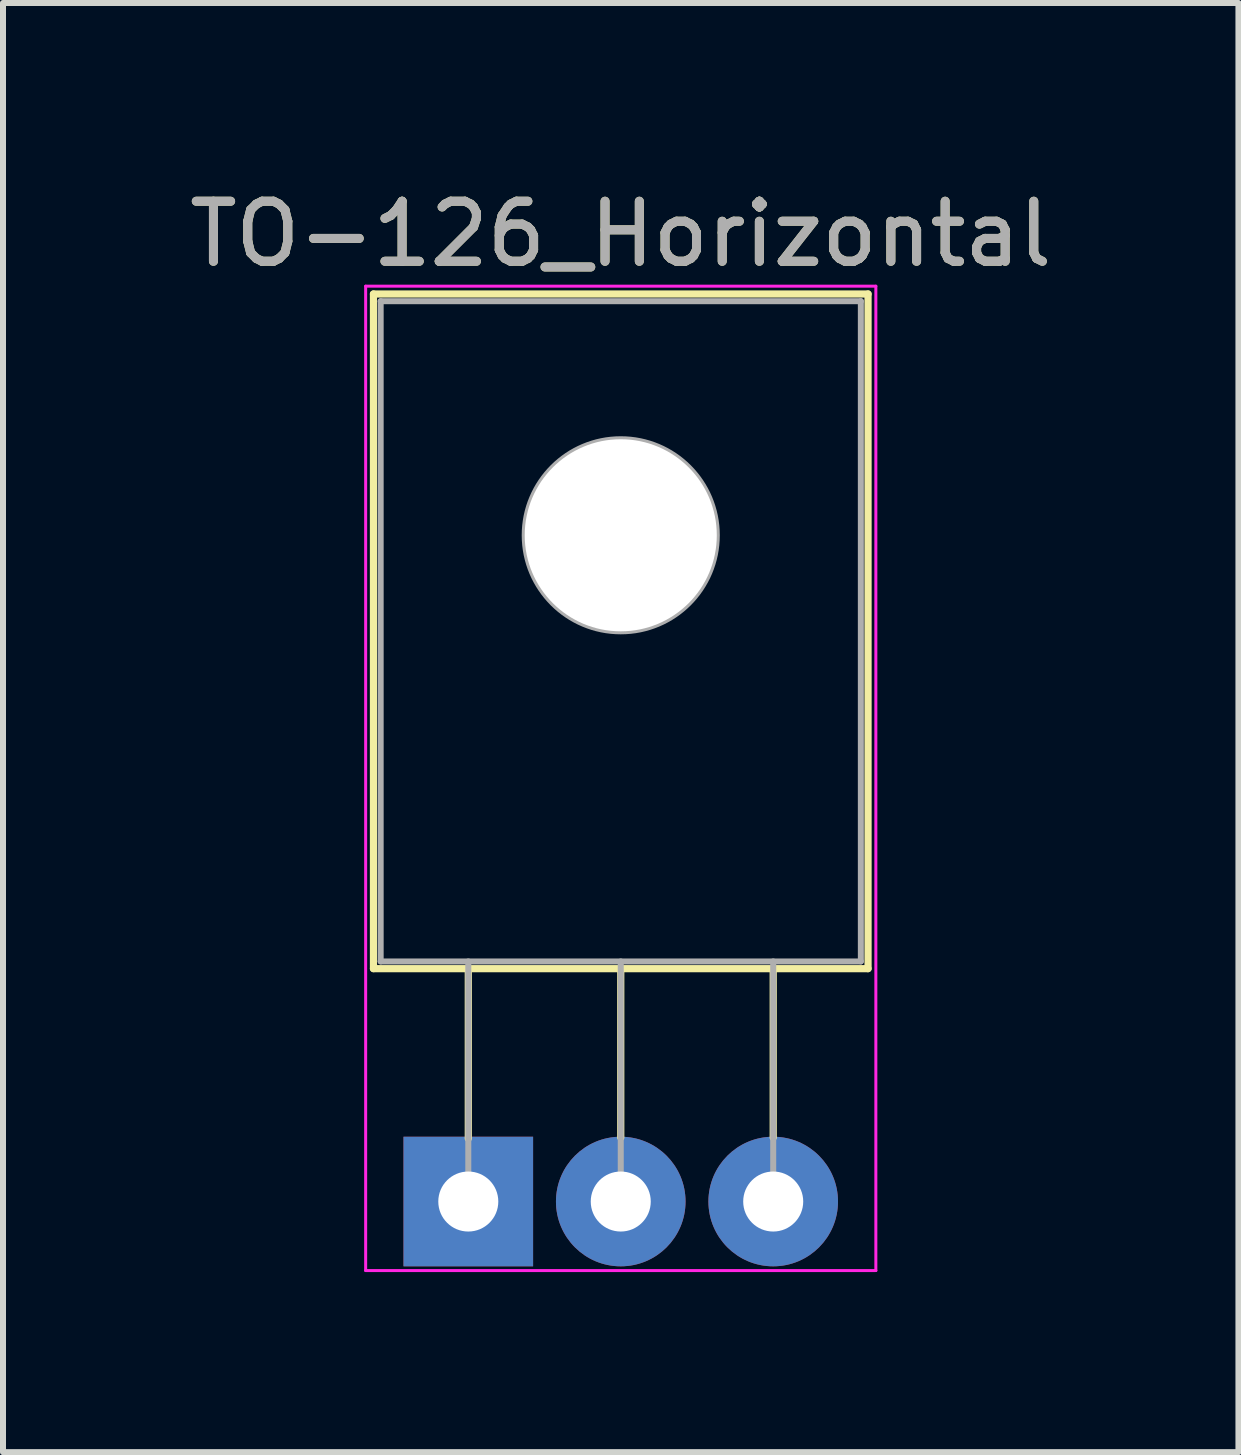
<source format=kicad_pcb>
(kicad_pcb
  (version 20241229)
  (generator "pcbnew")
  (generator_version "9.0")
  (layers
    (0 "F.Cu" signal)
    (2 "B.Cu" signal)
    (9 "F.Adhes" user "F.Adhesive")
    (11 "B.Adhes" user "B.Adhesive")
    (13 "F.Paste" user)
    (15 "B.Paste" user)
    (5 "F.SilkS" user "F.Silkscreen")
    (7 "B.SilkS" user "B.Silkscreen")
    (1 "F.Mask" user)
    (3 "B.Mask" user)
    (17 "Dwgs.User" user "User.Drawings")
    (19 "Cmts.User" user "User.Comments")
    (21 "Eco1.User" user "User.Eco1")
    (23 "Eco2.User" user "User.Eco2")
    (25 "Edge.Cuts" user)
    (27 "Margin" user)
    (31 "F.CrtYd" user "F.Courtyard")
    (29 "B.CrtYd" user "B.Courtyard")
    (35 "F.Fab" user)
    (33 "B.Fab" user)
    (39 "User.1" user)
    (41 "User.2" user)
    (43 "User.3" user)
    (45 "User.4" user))
  (footprint "TO-126_Horizontal"
    (layer "F.Cu")
    (at 4.752 16.968)
    (property "Reference" "TO-126_Horizontal" (at 2.54 -16.12 0) (layer "F.SilkS") (effects (font (size 1 1) (thickness 0.15))))
    (attr through_hole)
    (fp_line (start -1.58 -15.12) (end -1.58 -3.88) (stroke (width 0.12) (type solid)) (layer "F.SilkS"))
    (fp_line (start -1.58 -15.12) (end 6.66 -15.12) (stroke (width 0.12) (type solid)) (layer "F.SilkS"))
    (fp_line (start -1.58 -3.88) (end 6.66 -3.88) (stroke (width 0.12) (type solid)) (layer "F.SilkS"))
    (fp_line (start 0 -3.88) (end 0 -1.05) (stroke (width 0.12) (type solid)) (layer "F.SilkS"))
    (fp_line (start 2.54 -3.88) (end 2.54 -1.066) (stroke (width 0.12) (type solid)) (layer "F.SilkS"))
    (fp_line (start 5.08 -3.88) (end 5.08 -1.066) (stroke (width 0.12) (type solid)) (layer "F.SilkS"))
    (fp_line (start 6.66 -15.12) (end 6.66 -3.88) (stroke (width 0.12) (type solid)) (layer "F.SilkS"))
    (fp_line (start -1.71 -15.25) (end -1.71 1.15) (stroke (width 0.05) (type solid)) (layer "F.CrtYd"))
    (fp_line (start -1.71 1.15) (end 6.79 1.15) (stroke (width 0.05) (type solid)) (layer "F.CrtYd"))
    (fp_line (start 6.79 -15.25) (end -1.71 -15.25) (stroke (width 0.05) (type solid)) (layer "F.CrtYd"))
    (fp_line (start 6.79 1.15) (end 6.79 -15.25) (stroke (width 0.05) (type solid)) (layer "F.CrtYd"))
    (fp_line (start -1.46 -15) (end 6.54 -15) (stroke (width 0.1) (type solid)) (layer "F.Fab"))
    (fp_line (start -1.46 -4) (end -1.46 -15) (stroke (width 0.1) (type solid)) (layer "F.Fab"))
    (fp_line (start 0 -4) (end 0 0) (stroke (width 0.1) (type solid)) (layer "F.Fab"))
    (fp_line (start 2.54 -4) (end 2.54 0) (stroke (width 0.1) (type solid)) (layer "F.Fab"))
    (fp_line (start 5.08 -4) (end 5.08 0) (stroke (width 0.1) (type solid)) (layer "F.Fab"))
    (fp_line (start 6.54 -15) (end 6.54 -4) (stroke (width 0.1) (type solid)) (layer "F.Fab"))
    (fp_line (start 6.54 -4) (end -1.46 -4) (stroke (width 0.1) (type solid)) (layer "F.Fab"))
    (fp_circle (center 2.54 -11.1) (end 4.14 -11.1) (stroke (width 0.1) (type solid)) (fill no) (layer "F.Fab"))
    (fp_text user "${REFERENCE}" (at 2.54 -16.12 0) (layer "F.Fab") (effects (font (size 1 1) (thickness 0.15))))
    (pad "" np_thru_hole oval (at 2.54 -11.1) (size 3.2 3.2) (drill 3.2) (layers "*.Cu" "*.Mask"))
    (pad "1" thru_hole rect (at 0 0) (size 2.159 2.159) (drill 1) (layers "*.Cu" "*.Mask"))
    (pad "2" thru_hole oval (at 2.54 0) (size 2.159 2.159) (drill 1) (layers "*.Cu" "*.Mask"))
    (pad "3" thru_hole oval (at 5.08 0) (size 2.159 2.159) (drill 1) (layers "*.Cu" "*.Mask")))
  (gr_rect
    (start -3 -3)
    (end 17.583 21.143)
    (stroke (width 0.1) (type default))
    (fill no)
    (layer "Edge.Cuts")))
</source>
